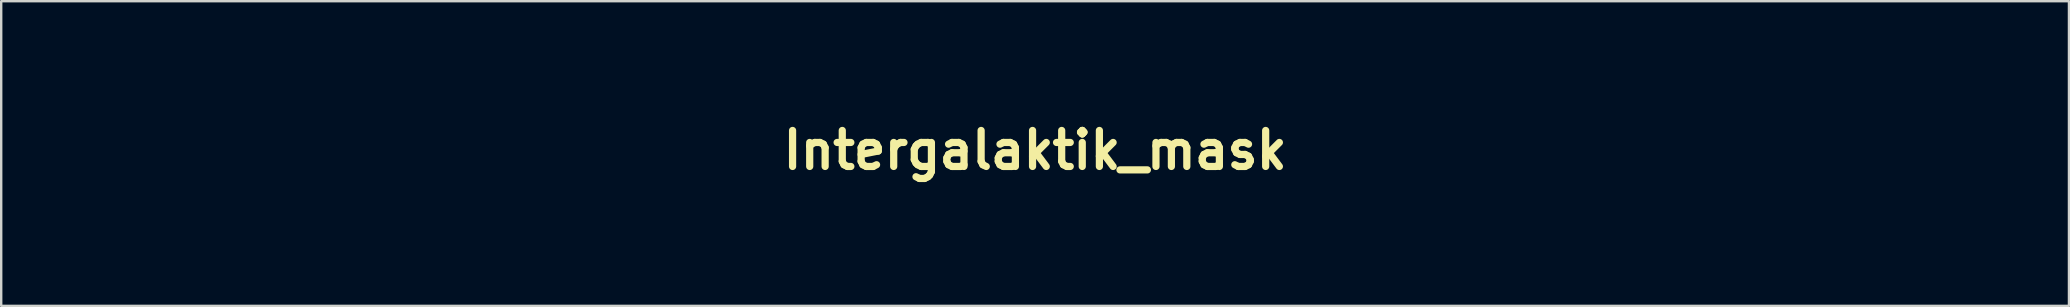
<source format=kicad_pcb>
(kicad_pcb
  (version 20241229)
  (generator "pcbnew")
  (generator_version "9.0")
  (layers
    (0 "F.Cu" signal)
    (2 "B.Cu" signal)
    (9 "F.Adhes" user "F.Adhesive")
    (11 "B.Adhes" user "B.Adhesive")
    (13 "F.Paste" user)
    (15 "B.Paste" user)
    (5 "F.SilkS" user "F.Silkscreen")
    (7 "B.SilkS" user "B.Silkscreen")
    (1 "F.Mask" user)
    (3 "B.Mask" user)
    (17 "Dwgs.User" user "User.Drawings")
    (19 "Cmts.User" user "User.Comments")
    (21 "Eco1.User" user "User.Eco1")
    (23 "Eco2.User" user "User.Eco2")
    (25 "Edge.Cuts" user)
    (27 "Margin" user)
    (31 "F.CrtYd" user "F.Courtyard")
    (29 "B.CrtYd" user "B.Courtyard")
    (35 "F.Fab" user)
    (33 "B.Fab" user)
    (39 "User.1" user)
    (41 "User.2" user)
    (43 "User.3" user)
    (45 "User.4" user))
  (footprint "Intergalaktik_mask"
    (layer "F.Cu")
    (at 40.084 3.208)
    (property "Reference" "Intergalaktik_mask" (at 0 0 0) (layer "F.SilkS") (effects (font (size 1.5 1.5) (thickness 0.3))))
    (attr board_only exclude_from_pos_files exclude_from_bom)
    (fp_poly (pts (xy -14.947 1.979) (xy -14.38 2.061) (xy -14.116 2.22) (xy -14.041 2.502) (xy -14.037 2.674) (xy -14.064 3.01) (xy -14.217 3.215) (xy -14.609 3.328) (xy -15.349 3.388) (xy -16.113 3.42) (xy -17.205 3.441) (xy -17.874 3.391) (xy -18.226 3.255) (xy -18.349 3.083) (xy -18.389 2.503) (xy -17.974 2.125) (xy -17.087 1.939) (xy -15.934 1.928)) (stroke (width 0) (type solid)) (fill yes) (layer "F.Mask"))
    (fp_poly (pts (xy -14.947 -0.527) (xy -14.317 -0.483) (xy -14.013 -0.373) (xy -13.931 -0.165) (xy -13.951 0.067) (xy -14.036 0.372) (xy -14.261 0.559) (xy -14.739 0.665) (xy -15.587 0.725) (xy -16.113 0.747) (xy -17.215 0.766) (xy -17.889 0.713) (xy -18.239 0.572) (xy -18.342 0.425) (xy -18.41 -0.017) (xy -18.164 -0.305) (xy -17.54 -0.468) (xy -16.472 -0.531) (xy -16.008 -0.535)) (stroke (width 0) (type solid)) (fill yes) (layer "F.Mask"))
    (fp_poly (pts (xy -33.611 -2.988) (xy -33.468 -2.662) (xy -33.653 -2.146) (xy -34.188 -1.4) (xy -35.095 -0.385) (xy -36.151 0.696) (xy -37.367 1.888) (xy -38.283 2.717) (xy -38.953 3.222) (xy -39.432 3.44) (xy -39.775 3.409) (xy -39.927 3.298) (xy -40.084 2.995) (xy -40.003 2.581) (xy -39.647 2.002) (xy -38.979 1.204) (xy -37.963 0.134) (xy -37.334 -0.499) (xy -36.059 -1.734) (xy -35.104 -2.577) (xy -34.445 -3.048) (xy -34.061 -3.165)) (stroke (width 0) (type solid)) (fill yes) (layer "F.Mask"))
    (fp_poly (pts (xy 35.111 -2.936) (xy 35.249 -2.568) (xy 35.102 -2.204) (xy 34.638 -1.568) (xy 33.94 -0.742) (xy 33.088 0.188) (xy 32.164 1.14) (xy 31.25 2.028) (xy 30.427 2.77) (xy 29.778 3.28) (xy 29.383 3.476) (xy 29.377 3.476) (xy 28.913 3.257) (xy 28.759 3.024) (xy 28.802 2.72) (xy 29.12 2.217) (xy 29.747 1.471) (xy 30.72 0.438) (xy 31.471 -0.325) (xy 32.728 -1.556) (xy 33.678 -2.407) (xy 34.364 -2.904) (xy 34.827 -3.072)) (stroke (width 0) (type solid)) (fill yes) (layer "F.Mask"))
    (fp_poly (pts (xy -14.941 -3.153) (xy -14.781 -3.15) (xy -13.368 -3.112) (xy -12.402 -3.063) (xy -11.796 -2.987) (xy -11.461 -2.871) (xy -11.311 -2.7) (xy -11.273 -2.572) (xy -11.276 -2.189) (xy -11.504 -1.92) (xy -12.027 -1.747) (xy -12.916 -1.65) (xy -14.241 -1.612) (xy -14.873 -1.608) (xy -16.27 -1.623) (xy -17.221 -1.68) (xy -17.814 -1.788) (xy -18.137 -1.958) (xy -18.178 -2.002) (xy -18.383 -2.531) (xy -18.35 -2.812) (xy -18.208 -2.984) (xy -17.881 -3.096) (xy -17.285 -3.156) (xy -16.333 -3.172)) (stroke (width 0) (type solid)) (fill yes) (layer "F.Mask"))
    (fp_poly (pts (xy 30.01 -3.051) (xy 30.78 -2.95) (xy 31.176 -2.726) (xy 31.196 -2.333) (xy 30.836 -1.726) (xy 30.092 -0.859) (xy 28.961 0.314) (xy 28.573 0.704) (xy 27.351 1.902) (xy 26.428 2.735) (xy 25.749 3.237) (xy 25.262 3.447) (xy 24.912 3.401) (xy 24.776 3.298) (xy 24.61 2.956) (xy 24.729 2.486) (xy 25.168 1.829) (xy 25.963 0.928) (xy 26.664 0.206) (xy 28.73 -1.872) (xy 27.581 -1.872) (xy 26.865 -1.901) (xy 26.551 -2.038) (xy 26.504 -2.359) (xy 26.518 -2.473) (xy 26.593 -2.765) (xy 26.789 -2.944) (xy 27.216 -3.036) (xy 27.983 -3.07) (xy 28.872 -3.075)) (stroke (width 0) (type solid)) (fill yes) (layer "F.Mask"))
    (fp_poly (pts (xy -21.062 -3.152) (xy -19.951 -3.09) (xy -19.203 -2.961) (xy -18.823 -2.717) (xy -18.816 -2.313) (xy -19.185 -1.699) (xy -19.935 -0.828) (xy -21.071 0.348) (xy -21.425 0.704) (xy -22.666 1.919) (xy -23.604 2.759) (xy -24.287 3.252) (xy -24.762 3.428) (xy -25.077 3.314) (xy -25.249 3.025) (xy -25.205 2.678) (xy -24.849 2.123) (xy -24.146 1.313) (xy -23.345 0.485) (xy -22.445 -0.426) (xy -21.883 -1.024) (xy -21.62 -1.375) (xy -21.618 -1.545) (xy -21.836 -1.6) (xy -22.098 -1.604) (xy -22.879 -1.764) (xy -23.37 -2.172) (xy -23.457 -2.727) (xy -23.429 -2.815) (xy -23.251 -3.023) (xy -22.847 -3.138) (xy -22.112 -3.174)) (stroke (width 0) (type solid)) (fill yes) (layer "F.Mask"))
    (fp_poly (pts (xy 0.422 -3.068) (xy 1.339 -3.038) (xy 1.903 -2.972) (xy 2.205 -2.856) (xy 2.336 -2.675) (xy 2.362 -2.572) (xy 2.344 -2.146) (xy 2.047 -1.862) (xy 1.4 -1.694) (xy 0.333 -1.619) (xy -0.468 -1.608) (xy -2.674 -1.604) (xy -2.674 -0.511) (xy -2.674 0.582) (xy -1.851 -0.11) (xy -1.217 -0.606) (xy -0.815 -0.771) (xy -0.494 -0.64) (xy -0.321 -0.481) (xy -0.093 -0.195) (xy -0.063 0.104) (xy -0.278 0.51) (xy -0.784 1.116) (xy -1.511 1.891) (xy -2.543 2.865) (xy -3.339 3.381) (xy -3.893 3.435) (xy -4.162 3.124) (xy -4.21 2.725) (xy -4.237 1.918) (xy -4.238 0.829) (xy -4.221 -0.151) (xy -4.144 -3.075) (xy -0.939 -3.075)) (stroke (width 0) (type solid)) (fill yes) (layer "F.Mask"))
    (fp_poly (pts (xy 6.236 -3.134) (xy 6.455 -2.856) (xy 6.591 -2.296) (xy 6.661 -1.374) (xy 6.684 -0.01) (xy 6.684 0.256) (xy 6.642 1.727) (xy 6.505 2.719) (xy 6.251 3.28) (xy 5.864 3.461) (xy 5.484 3.38) (xy 5.261 3.158) (xy 5.134 2.636) (xy 5.083 1.716) (xy 5.08 1.285) (xy 5.08 -0.656) (xy 3.002 1.41) (xy 1.993 2.393) (xy 1.277 3.029) (xy 0.785 3.364) (xy 0.448 3.444) (xy 0.197 3.316) (xy 0.178 3.298) (xy 0.017 2.898) (xy 0 2.701) (xy 0.185 2.348) (xy 0.685 1.724) (xy 1.415 0.911) (xy 2.292 -0.005) (xy 3.23 -0.942) (xy 4.146 -1.815) (xy 4.956 -2.54) (xy 5.575 -3.032) (xy 5.916 -3.208)) (stroke (width 0) (type solid)) (fill yes) (layer "F.Mask"))
    (fp_poly (pts (xy 23.643 -3.119) (xy 24.021 -2.759) (xy 23.945 -2.173) (xy 23.427 -1.395) (xy 22.992 -0.935) (xy 21.922 0.111) (xy 22.992 1.202) (xy 23.745 2.102) (xy 24.039 2.793) (xy 23.869 3.257) (xy 23.643 3.386) (xy 23.165 3.298) (xy 22.462 2.792) (xy 22.192 2.541) (xy 21.161 1.534) (xy 21.075 2.436) (xy 20.882 3.067) (xy 20.531 3.432) (xy 20.152 3.452) (xy 19.909 3.144) (xy 19.857 2.737) (xy 19.829 1.922) (xy 19.825 0.827) (xy 19.843 -0.151) (xy 19.883 -1.435) (xy 19.936 -2.276) (xy 20.023 -2.768) (xy 20.161 -3.002) (xy 20.37 -3.072) (xy 20.454 -3.075) (xy 20.847 -2.942) (xy 21.039 -2.456) (xy 21.075 -2.171) (xy 21.161 -1.267) (xy 22.192 -2.273) (xy 22.957 -2.909) (xy 23.515 -3.138)) (stroke (width 0) (type solid)) (fill yes) (layer "F.Mask"))
    (fp_poly (pts (xy 39.685 -3.119) (xy 40.063 -2.759) (xy 39.987 -2.173) (xy 39.469 -1.395) (xy 39.035 -0.935) (xy 37.964 0.111) (xy 39.035 1.202) (xy 39.787 2.102) (xy 40.081 2.793) (xy 39.911 3.257) (xy 39.685 3.386) (xy 39.207 3.298) (xy 38.504 2.792) (xy 38.234 2.541) (xy 37.203 1.534) (xy 37.117 2.436) (xy 36.924 3.067) (xy 36.573 3.432) (xy 36.195 3.452) (xy 35.951 3.144) (xy 35.899 2.737) (xy 35.871 1.922) (xy 35.868 0.827) (xy 35.885 -0.151) (xy 35.925 -1.435) (xy 35.979 -2.276) (xy 36.065 -2.768) (xy 36.203 -3.002) (xy 36.412 -3.072) (xy 36.496 -3.075) (xy 36.889 -2.942) (xy 37.081 -2.456) (xy 37.117 -2.171) (xy 37.203 -1.267) (xy 38.234 -2.273) (xy 38.999 -2.909) (xy 39.557 -3.138)) (stroke (width 0) (type solid)) (fill yes) (layer "F.Mask"))
    (fp_poly (pts (xy -6.792 -3.201) (xy -6.118 -3.16) (xy -5.767 -3.056) (xy -5.634 -2.862) (xy -5.615 -2.594) (xy -5.816 -2.018) (xy -6.357 -1.28) (xy -6.686 -0.934) (xy -7.757 0.112) (xy -6.542 1.345) (xy -5.805 2.179) (xy -5.491 2.765) (xy -5.5 3.027) (xy -5.834 3.419) (xy -6.377 3.358) (xy -7.147 2.837) (xy -7.677 2.351) (xy -8.823 1.226) (xy -9.97 2.351) (xy -10.739 3.06) (xy -11.267 3.396) (xy -11.659 3.394) (xy -12.018 3.091) (xy -12.044 3.059) (xy -12.149 2.828) (xy -12.064 2.52) (xy -11.739 2.062) (xy -11.121 1.38) (xy -10.279 0.519) (xy -9.369 -0.4) (xy -8.799 -1.007) (xy -8.527 -1.365) (xy -8.516 -1.541) (xy -8.724 -1.599) (xy -8.997 -1.604) (xy -9.774 -1.763) (xy -10.267 -2.168) (xy -10.36 -2.715) (xy -10.332 -2.804) (xy -10.134 -3.01) (xy -9.67 -3.136) (xy -8.842 -3.196) (xy -7.896 -3.208)) (stroke (width 0) (type solid)) (fill yes) (layer "F.Mask"))
    (fp_poly (pts (xy -29.654 -3.151) (xy -29.505 -2.908) (xy -29.433 -2.372) (xy -29.411 -1.434) (xy -29.411 -1.143) (xy -29.411 0.923) (xy -27.306 -1.169) (xy -26.142 -2.26) (xy -25.262 -2.925) (xy -24.645 -3.175) (xy -24.265 -3.022) (xy -24.127 -2.671) (xy -24.282 -2.353) (xy -24.758 -1.739) (xy -25.491 -0.904) (xy -26.419 0.078) (xy -26.974 0.64) (xy -28.241 1.883) (xy -29.19 2.744) (xy -29.864 3.229) (xy -30.312 3.348) (xy -30.577 3.108) (xy -30.707 2.516) (xy -30.746 1.581) (xy -30.747 1.285) (xy -30.747 -0.656) (xy -32.825 1.41) (xy -34.019 2.527) (xy -34.923 3.221) (xy -35.531 3.487) (xy -35.838 3.321) (xy -35.867 3.208) (xy -35.933 2.704) (xy -35.934 2.688) (xy -35.764 2.376) (xy -35.277 1.79) (xy -34.555 1.01) (xy -33.682 0.117) (xy -32.741 -0.807) (xy -31.813 -1.682) (xy -30.982 -2.427) (xy -30.331 -2.96) (xy -29.941 -3.202) (xy -29.905 -3.208)) (stroke (width 0) (type solid)) (fill yes) (layer "F.Mask"))
    (fp_poly (pts (xy 9.229 -3.06) (xy 9.386 -2.787) (xy 9.483 -2.244) (xy 9.542 -1.327) (xy 9.568 -0.599) (xy 9.645 1.872) (xy 10.777 1.872) (xy 11.256 1.851) (xy 11.673 1.747) (xy 12.115 1.501) (xy 12.67 1.052) (xy 13.424 0.339) (xy 14.443 -0.677) (xy 15.672 -1.892) (xy 16.584 -2.708) (xy 17.228 -3.115) (xy 17.654 -3.102) (xy 17.909 -2.659) (xy 18.045 -1.777) (xy 18.109 -0.446) (xy 18.123 0.072) (xy 18.145 1.448) (xy 18.129 2.378) (xy 18.064 2.952) (xy 17.943 3.259) (xy 17.785 3.377) (xy 17.198 3.389) (xy 16.803 2.907) (xy 16.603 1.934) (xy 16.577 1.244) (xy 16.577 -0.388) (xy 14.632 1.544) (xy 12.687 3.476) (xy 10.675 3.476) (xy 9.537 3.432) (xy 8.715 3.312) (xy 8.342 3.155) (xy 8.206 2.758) (xy 8.105 1.971) (xy 8.043 0.937) (xy 8.021 -0.201) (xy 8.041 -1.301) (xy 8.105 -2.217) (xy 8.216 -2.808) (xy 8.258 -2.901) (xy 8.681 -3.159) (xy 8.989 -3.165)) (stroke (width 0) (type solid)) (fill yes) (layer "F.Mask")))
  (gr_rect
    (start -3 -3)
    (end 83.165 9.695)
    (stroke (width 0.1) (type default))
    (fill no)
    (layer "Edge.Cuts")))
</source>
